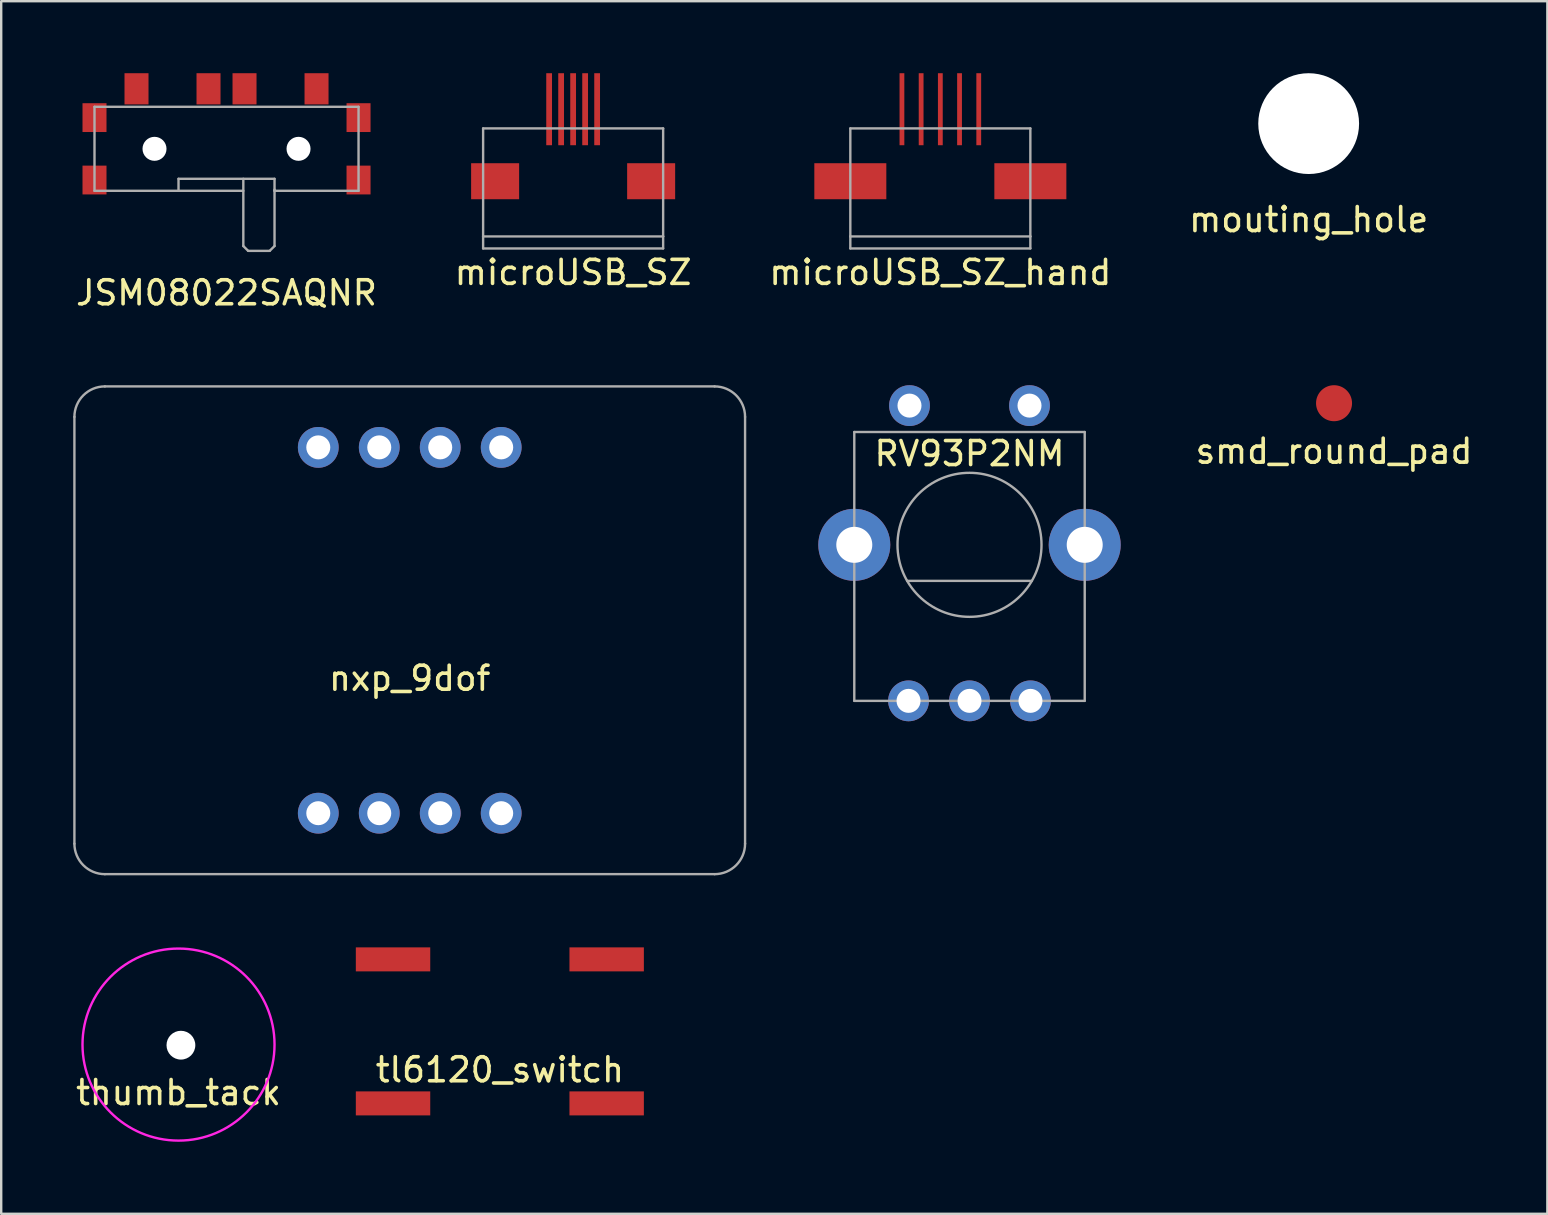
<source format=kicad_pcb>
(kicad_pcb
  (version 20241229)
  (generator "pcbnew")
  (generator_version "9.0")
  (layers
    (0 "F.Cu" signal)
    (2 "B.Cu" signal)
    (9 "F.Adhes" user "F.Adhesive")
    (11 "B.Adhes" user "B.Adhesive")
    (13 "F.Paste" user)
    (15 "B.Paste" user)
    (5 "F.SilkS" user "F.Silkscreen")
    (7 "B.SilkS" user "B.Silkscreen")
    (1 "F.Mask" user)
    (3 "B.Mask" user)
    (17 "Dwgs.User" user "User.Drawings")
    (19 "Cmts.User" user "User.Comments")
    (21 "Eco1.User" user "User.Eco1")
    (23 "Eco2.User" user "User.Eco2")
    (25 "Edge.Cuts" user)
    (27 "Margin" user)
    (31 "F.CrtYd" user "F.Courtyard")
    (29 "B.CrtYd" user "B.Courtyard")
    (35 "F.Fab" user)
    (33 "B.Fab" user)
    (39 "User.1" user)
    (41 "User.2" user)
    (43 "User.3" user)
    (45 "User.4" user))
  (footprint "mouting_hole"
    (layer "F.Cu")
    (at 51.47 2.1)
    (property "Reference" "mouting_hole" (at 0 4 0) (layer "F.SilkS") (effects (font (size 1 1) (thickness 0.15))))
    (attr through_hole)
    (pad "" np_thru_hole circle (at 0 0) (size 4.2 4.2) (drill 4.2) (layers "*.Cu" "*.Mask")))
  (footprint "thumb_tack"
    (layer "F.Cu")
    (at 4.387 40.468)
    (property "Reference" "thumb_tack" (at 0 2 0) (layer "F.SilkS") (effects (font (size 1 1) (thickness 0.15))))
    (attr through_hole)
    (fp_circle (center 0 0) (end 4 0) (stroke (width 0.1) (type solid)) (fill no) (layer "F.CrtYd"))
    (pad "" np_thru_hole circle (at 0.1 0.025) (size 1.2 1.2) (drill 1.2) (layers "*.Cu" "*.Mask")))
  (footprint "nxp_9dof"
    (layer "F.Cu")
    (at 14.02 23.208)
    (property "Reference" "nxp_9dof" (at 0 2 0) (layer "F.SilkS") (effects (font (size 1 1) (thickness 0.15))))
    (attr through_hole)
    (fp_line (start -13.97 -8.89) (end -13.97 8.89) (stroke (width 0.1) (type solid)) (layer "F.Fab"))
    (fp_line (start -12.7 -10.16) (end 12.7 -10.16) (stroke (width 0.1) (type solid)) (layer "F.Fab"))
    (fp_line (start -12.7 10.16) (end 12.7 10.16) (stroke (width 0.1) (type solid)) (layer "F.Fab"))
    (fp_line (start 13.97 -8.89) (end 13.97 8.89) (stroke (width 0.1) (type solid)) (layer "F.Fab"))
    (fp_arc (start -13.97 -8.89) (mid -13.598026 -9.788026) (end -12.7 -10.16) (stroke (width 0.1) (type solid)) (layer "F.Fab"))
    (fp_arc (start -12.7 10.16) (mid -13.598026 9.788026) (end -13.97 8.89) (stroke (width 0.1) (type solid)) (layer "F.Fab"))
    (fp_arc (start 12.7 -10.16) (mid 13.598026 -9.788026) (end 13.97 -8.89) (stroke (width 0.1) (type solid)) (layer "F.Fab"))
    (fp_arc (start 13.97 8.89) (mid 13.598026 9.788026) (end 12.7 10.16) (stroke (width 0.1) (type solid)) (layer "F.Fab"))
    (pad "1" thru_hole circle (at -3.81 7.62) (size 1.7 1.7) (drill 1) (layers "*.Cu" "*.Mask"))
    (pad "2" thru_hole circle (at -3.81 -7.62) (size 1.7 1.7) (drill 1) (layers "*.Cu" "*.Mask"))
    (pad "3" thru_hole circle (at -1.27 -7.62) (size 1.7 1.7) (drill 1) (layers "*.Cu" "*.Mask"))
    (pad "4" thru_hole circle (at 1.27 -7.62) (size 1.7 1.7) (drill 1) (layers "*.Cu" "*.Mask"))
    (pad "5" thru_hole circle (at 3.81 -7.62) (size 1.7 1.7) (drill 1) (layers "*.Cu" "*.Mask"))
    (pad "6" thru_hole circle (at 1.27 7.62) (size 1.7 1.7) (drill 1) (layers "*.Cu" "*.Mask"))
    (pad "7" thru_hole circle (at 3.81 7.62) (size 1.7 1.7) (drill 1) (layers "*.Cu" "*.Mask"))
    (pad "8" thru_hole circle (at -1.27 7.62) (size 1.7 1.7) (drill 1) (layers "*.Cu" "*.Mask")))
  (footprint "smd_round_pad"
    (layer "F.Cu")
    (at 52.527 13.748)
    (property "Reference" "smd_round_pad" (at 0 2 0) (layer "F.SilkS") (effects (font (size 1 1) (thickness 0.15))))
    (attr through_hole)
    (pad "1" smd circle (at 0 0) (size 1.5 1.5) (layers "F.Cu" "F.Mask" "F.Paste")))
  (footprint "RV93P2NM"
    (layer "F.Cu")
    (at 37.34 19.648)
    (property "Reference" "RV93P2NM" (at 0 -3.8 0) (layer "F.SilkS") (effects (font (size 1 1) (thickness 0.15))))
    (attr through_hole)
    (fp_line (start -4.8 -4.7) (end 4.8 -4.7) (stroke (width 0.1) (type solid)) (layer "F.Fab"))
    (fp_line (start -4.8 6.5) (end -4.8 -4.7) (stroke (width 0.1) (type solid)) (layer "F.Fab"))
    (fp_line (start -2.6 1.5) (end 2.6 1.5) (stroke (width 0.1) (type solid)) (layer "F.Fab"))
    (fp_line (start 4.8 -4.7) (end 4.8 6.5) (stroke (width 0.1) (type solid)) (layer "F.Fab"))
    (fp_line (start 4.8 6.5) (end -4.8 6.5) (stroke (width 0.1) (type solid)) (layer "F.Fab"))
    (fp_circle (center 0 0) (end 3 0) (stroke (width 0.1) (type solid)) (fill no) (layer "F.Fab"))
    (pad "" thru_hole circle (at -4.8 0) (size 3 3) (drill 1.5) (layers "*.Cu" "*.Mask"))
    (pad "" thru_hole circle (at 4.8 0) (size 3 3) (drill 1.5) (layers "*.Cu" "*.Mask"))
    (pad "1" thru_hole circle (at -2.54 6.5) (size 1.7 1.7) (drill 1) (layers "*.Cu" "*.Mask"))
    (pad "2" thru_hole circle (at 0 6.5) (size 1.7 1.7) (drill 1) (layers "*.Cu" "*.Mask"))
    (pad "3" thru_hole circle (at 2.54 6.5) (size 1.7 1.7) (drill 1) (layers "*.Cu" "*.Mask"))
    (pad "4" thru_hole circle (at -2.5 -5.8) (size 1.7 1.7) (drill 1) (layers "*.Cu" "*.Mask"))
    (pad "5" thru_hole circle (at 2.5 -5.8) (size 1.7 1.7) (drill 1) (layers "*.Cu" "*.Mask")))
  (footprint "microUSB_SZ_hand"
    (layer "F.Cu")
    (at 36.125 6.8)
    (property "Reference" "microUSB_SZ_hand" (at 0 1.5 0) (layer "F.SilkS") (effects (font (size 1 1) (thickness 0.15))))
    (attr through_hole)
    (fp_line (start -3.75 -4.5) (end 3.75 -4.5) (stroke (width 0.1) (type solid)) (layer "F.Fab"))
    (fp_line (start -3.75 0) (end -3.75 -4.5) (stroke (width 0.1) (type solid)) (layer "F.Fab"))
    (fp_line (start -3.75 0) (end -3.75 0.5) (stroke (width 0.1) (type solid)) (layer "F.Fab"))
    (fp_line (start -3.75 0) (end 3.75 0) (stroke (width 0.1) (type solid)) (layer "F.Fab"))
    (fp_line (start -3.75 0.5) (end 3.75 0.5) (stroke (width 0.1) (type solid)) (layer "F.Fab"))
    (fp_line (start 3.75 -4.5) (end 3.75 0) (stroke (width 0.1) (type solid)) (layer "F.Fab"))
    (fp_line (start 3.75 0.5) (end 3.75 0) (stroke (width 0.1) (type solid)) (layer "F.Fab"))
    (pad "" smd rect (at -3.75 -2.3) (size 3 1.5) (layers "F.Cu" "F.Mask" "F.Paste"))
    (pad "" smd rect (at 3.75 -2.3) (size 3 1.5) (layers "F.Cu" "F.Mask" "F.Paste"))
    (pad "1" smd rect (at -1.6 -5.3) (size 0.2 3) (layers "F.Cu" "F.Mask" "F.Paste"))
    (pad "2" smd rect (at -0.8 -5.3) (size 0.2 3) (layers "F.Cu" "F.Mask" "F.Paste"))
    (pad "3" smd rect (at 0 -5.3) (size 0.2 3) (layers "F.Cu" "F.Mask" "F.Paste"))
    (pad "4" smd rect (at 0.8 -5.3) (size 0.2 3) (layers "F.Cu" "F.Mask" "F.Paste"))
    (pad "5" smd rect (at 1.6 -5.3) (size 0.2 3) (layers "F.Cu" "F.Mask" "F.Paste")))
  (footprint "JSM08022SAQNR"
    (layer "F.Cu")
    (at 6.387 3.15)
    (property "Reference" "JSM08022SAQNR" (at 0 6 0) (layer "F.SilkS") (effects (font (size 1 1) (thickness 0.15))))
    (attr through_hole)
    (fp_line (start -5.5 -1.75) (end 5.5 -1.75) (stroke (width 0.1) (type solid)) (layer "F.Fab"))
    (fp_line (start -5.5 1.75) (end -5.5 -1.75) (stroke (width 0.1) (type solid)) (layer "F.Fab"))
    (fp_line (start -5.5 1.75) (end 0.7 1.75) (stroke (width 0.1) (type solid)) (layer "F.Fab"))
    (fp_line (start -2 1.25) (end -2 1.75) (stroke (width 0.1) (type solid)) (layer "F.Fab"))
    (fp_line (start 0.7 1.25) (end 0.7 4.05) (stroke (width 0.1) (type solid)) (layer "F.Fab"))
    (fp_line (start 0.7 4.05) (end 0.9 4.25) (stroke (width 0.1) (type solid)) (layer "F.Fab"))
    (fp_line (start 0.9 4.25) (end 1.8 4.25) (stroke (width 0.1) (type solid)) (layer "F.Fab"))
    (fp_line (start 1.8 4.25) (end 2 4.05) (stroke (width 0.1) (type solid)) (layer "F.Fab"))
    (fp_line (start 2 1.25) (end -2 1.25) (stroke (width 0.1) (type solid)) (layer "F.Fab"))
    (fp_line (start 2 1.25) (end 2 1.75) (stroke (width 0.1) (type solid)) (layer "F.Fab"))
    (fp_line (start 2 4.05) (end 2 1.7) (stroke (width 0.1) (type solid)) (layer "F.Fab"))
    (fp_line (start 5.5 -1.75) (end 5.5 1.75) (stroke (width 0.1) (type solid)) (layer "F.Fab"))
    (fp_line (start 5.5 1.75) (end 2 1.75) (stroke (width 0.1) (type solid)) (layer "F.Fab"))
    (pad "" smd rect (at -5.5 -1.3) (size 1 1.2) (layers "F.Cu" "F.Mask" "F.Paste"))
    (pad "" smd rect (at -5.5 1.3) (size 1 1.2) (layers "F.Cu" "F.Mask" "F.Paste"))
    (pad "" np_thru_hole circle (at -3 0) (size 1 1) (drill 1) (layers "*.Cu" "*.Mask"))
    (pad "" np_thru_hole circle (at 3 0) (size 1 1) (drill 1) (layers "*.Cu" "*.Mask"))
    (pad "" smd rect (at 5.5 -1.3) (size 1 1.2) (layers "F.Cu" "F.Mask" "F.Paste"))
    (pad "" smd rect (at 5.5 1.3) (size 1 1.2) (layers "F.Cu" "F.Mask" "F.Paste"))
    (pad "1" smd rect (at -3.75 -2.5) (size 1 1.3) (layers "F.Cu" "F.Mask" "F.Paste"))
    (pad "2" smd rect (at -0.75 -2.5) (size 1 1.3) (layers "F.Cu" "F.Mask" "F.Paste"))
    (pad "3" smd rect (at 0.75 -2.5) (size 1 1.3) (layers "F.Cu" "F.Mask" "F.Paste"))
    (pad "4" smd rect (at 3.75 -2.5) (size 1 1.3) (layers "F.Cu" "F.Mask" "F.Paste")))
  (footprint "tl6120_switch"
    (layer "F.Cu")
    (at 17.774 38.918)
    (property "Reference" "tl6120_switch" (at 0 2.6 0) (layer "F.SilkS") (effects (font (size 1 1) (thickness 0.15))))
    (attr through_hole)
    (pad "1" smd rect (at -4.45 4) (size 3.1 1) (layers "F.Cu" "F.Mask" "F.Paste"))
    (pad "1" smd rect (at 4.45 4) (size 3.1 1) (layers "F.Cu" "F.Mask" "F.Paste"))
    (pad "2" smd rect (at -4.45 -2) (size 3.1 1) (layers "F.Cu" "F.Mask" "F.Paste"))
    (pad "2" smd rect (at 4.45 -2) (size 3.1 1) (layers "F.Cu" "F.Mask" "F.Paste")))
  (footprint "microUSB_SZ"
    (layer "F.Cu")
    (at 20.827 6.8)
    (property "Reference" "microUSB_SZ" (at 0 1.5 0) (layer "F.SilkS") (effects (font (size 1 1) (thickness 0.15))))
    (attr through_hole)
    (fp_line (start -3.75 -4.5) (end 3.75 -4.5) (stroke (width 0.1) (type solid)) (layer "F.Fab"))
    (fp_line (start -3.75 0) (end -3.75 -4.5) (stroke (width 0.1) (type solid)) (layer "F.Fab"))
    (fp_line (start -3.75 0) (end -3.75 0.5) (stroke (width 0.1) (type solid)) (layer "F.Fab"))
    (fp_line (start -3.75 0) (end 3.75 0) (stroke (width 0.1) (type solid)) (layer "F.Fab"))
    (fp_line (start -3.75 0.5) (end 3.75 0.5) (stroke (width 0.1) (type solid)) (layer "F.Fab"))
    (fp_line (start 3.75 -4.5) (end 3.75 0) (stroke (width 0.1) (type solid)) (layer "F.Fab"))
    (fp_line (start 3.75 0.5) (end 3.75 0) (stroke (width 0.1) (type solid)) (layer "F.Fab"))
    (pad "" smd rect (at -3.25 -2.3) (size 2 1.5) (layers "F.Cu" "F.Mask" "F.Paste"))
    (pad "" smd rect (at 3.25 -2.3) (size 2 1.5) (layers "F.Cu" "F.Mask" "F.Paste"))
    (pad "1" smd rect (at -1 -5.3) (size 0.24 3) (layers "F.Cu" "F.Mask" "F.Paste"))
    (pad "2" smd rect (at -0.5 -5.3) (size 0.24 3) (layers "F.Cu" "F.Mask" "F.Paste"))
    (pad "3" smd rect (at 0 -5.3) (size 0.24 3) (layers "F.Cu" "F.Mask" "F.Paste"))
    (pad "4" smd rect (at 0.5 -5.3) (size 0.24 3) (layers "F.Cu" "F.Mask" "F.Paste"))
    (pad "5" smd rect (at 1 -5.3) (size 0.24 3) (layers "F.Cu" "F.Mask" "F.Paste")))
  (gr_rect
    (start -3 -3)
    (end 61.414 47.518)
    (stroke (width 0.1) (type default))
    (fill no)
    (layer "Edge.Cuts")))
</source>
